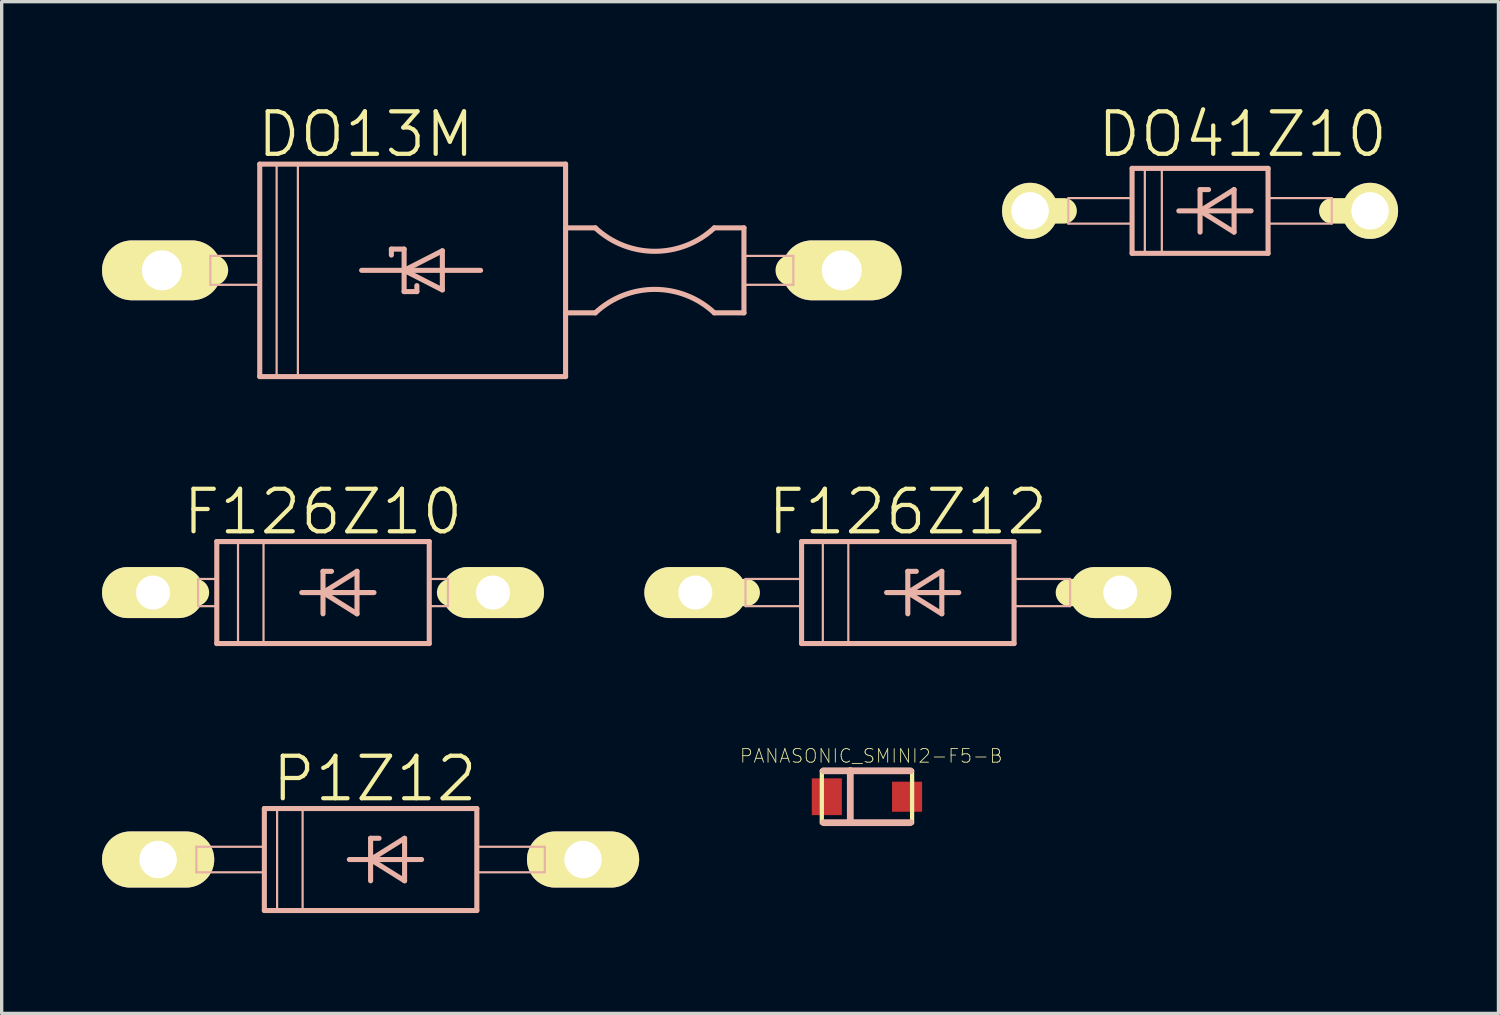
<source format=kicad_pcb>
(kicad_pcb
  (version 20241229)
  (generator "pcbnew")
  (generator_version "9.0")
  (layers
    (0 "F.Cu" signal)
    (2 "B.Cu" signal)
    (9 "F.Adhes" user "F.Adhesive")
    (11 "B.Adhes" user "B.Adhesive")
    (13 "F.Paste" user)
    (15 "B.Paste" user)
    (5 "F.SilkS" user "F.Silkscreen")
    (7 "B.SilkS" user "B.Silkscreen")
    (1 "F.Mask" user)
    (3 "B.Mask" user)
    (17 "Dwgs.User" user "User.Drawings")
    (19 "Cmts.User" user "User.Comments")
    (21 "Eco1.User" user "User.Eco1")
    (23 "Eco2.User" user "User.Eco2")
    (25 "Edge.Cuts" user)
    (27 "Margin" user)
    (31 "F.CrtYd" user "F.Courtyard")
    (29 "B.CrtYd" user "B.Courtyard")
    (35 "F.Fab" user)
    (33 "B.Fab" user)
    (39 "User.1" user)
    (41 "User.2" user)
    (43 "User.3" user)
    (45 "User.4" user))
  (footprint "F126Z10"
    (layer "F.Cu")
    (at 6.604 14.66)
    (property "Reference" "F126Z10" (at 0 -2.413 0) (layer "F.SilkS") (effects (font (size 1.27 1.27) (thickness 0.127))))
    (attr exclude_from_pos_files exclude_from_bom)
    (fp_line (start -5.08 0) (end -3.81 0) (stroke (width 0.813) (type solid)) (layer "F.SilkS"))
    (fp_line (start 5.08 0) (end 3.81 0) (stroke (width 0.813) (type solid)) (layer "F.SilkS"))
    (fp_line (start -3.734 -0.406) (end -3.175 -0.406) (stroke (width 0.066) (type solid)) (layer "B.SilkS"))
    (fp_line (start -3.734 0.406) (end -3.734 -0.406) (stroke (width 0.066) (type solid)) (layer "B.SilkS"))
    (fp_line (start -3.734 0.406) (end -3.175 0.406) (stroke (width 0.066) (type solid)) (layer "B.SilkS"))
    (fp_line (start -3.175 -1.524) (end -3.175 1.524) (stroke (width 0.152) (type solid)) (layer "B.SilkS"))
    (fp_line (start -3.175 0.406) (end -3.175 -0.406) (stroke (width 0.066) (type solid)) (layer "B.SilkS"))
    (fp_line (start -3.175 1.524) (end 3.175 1.524) (stroke (width 0.152) (type solid)) (layer "B.SilkS"))
    (fp_line (start -2.54 -1.524) (end -1.778 -1.524) (stroke (width 0.066) (type solid)) (layer "B.SilkS"))
    (fp_line (start -2.54 1.524) (end -2.54 -1.524) (stroke (width 0.066) (type solid)) (layer "B.SilkS"))
    (fp_line (start -2.54 1.524) (end -1.778 1.524) (stroke (width 0.066) (type solid)) (layer "B.SilkS"))
    (fp_line (start -1.778 1.524) (end -1.778 -1.524) (stroke (width 0.066) (type solid)) (layer "B.SilkS"))
    (fp_line (start -0.635 0) (end 0 0) (stroke (width 0.152) (type solid)) (layer "B.SilkS"))
    (fp_line (start 0 -0.635) (end 0 0) (stroke (width 0.152) (type solid)) (layer "B.SilkS"))
    (fp_line (start 0 0) (end 0 0.635) (stroke (width 0.152) (type solid)) (layer "B.SilkS"))
    (fp_line (start 0 0) (end 1.016 -0.635) (stroke (width 0.152) (type solid)) (layer "B.SilkS"))
    (fp_line (start 0 0) (end 1.524 0) (stroke (width 0.152) (type solid)) (layer "B.SilkS"))
    (fp_line (start 0.254 -0.635) (end 0 -0.635) (stroke (width 0.152) (type solid)) (layer "B.SilkS"))
    (fp_line (start 1.016 -0.635) (end 1.016 0.635) (stroke (width 0.152) (type solid)) (layer "B.SilkS"))
    (fp_line (start 1.016 0.635) (end 0 0) (stroke (width 0.152) (type solid)) (layer "B.SilkS"))
    (fp_line (start 3.175 -1.524) (end -3.175 -1.524) (stroke (width 0.152) (type solid)) (layer "B.SilkS"))
    (fp_line (start 3.175 -0.406) (end 3.734 -0.406) (stroke (width 0.066) (type solid)) (layer "B.SilkS"))
    (fp_line (start 3.175 0.406) (end 3.175 -0.406) (stroke (width 0.066) (type solid)) (layer "B.SilkS"))
    (fp_line (start 3.175 0.406) (end 3.734 0.406) (stroke (width 0.066) (type solid)) (layer "B.SilkS"))
    (fp_line (start 3.175 1.524) (end 3.175 -1.524) (stroke (width 0.152) (type solid)) (layer "B.SilkS"))
    (fp_line (start 3.734 0.406) (end 3.734 -0.406) (stroke (width 0.066) (type solid)) (layer "B.SilkS"))
    (pad "A" thru_hole oval (at 5.08 0 90) (size 1.524 3.048) (drill 1.016) (layers "*.Cu" "F.Mask" "F.SilkS" "F.Paste"))
    (pad "C" thru_hole oval (at -5.08 0 90) (size 1.524 3.048) (drill 1.016) (layers "*.Cu" "F.Mask" "F.SilkS" "F.Paste")))
  (footprint "P1Z12"
    (layer "F.Cu")
    (at 8.026 22.639)
    (property "Reference" "P1Z12" (at 0.127 -2.413 0) (layer "F.SilkS") (effects (font (size 1.27 1.27) (thickness 0.127))))
    (attr exclude_from_pos_files exclude_from_bom)
    (fp_line (start -6.35 0) (end -5.334 0) (stroke (width 0.762) (type solid)) (layer "F.SilkS"))
    (fp_line (start 6.35 0) (end 5.334 0) (stroke (width 0.762) (type solid)) (layer "F.SilkS"))
    (fp_line (start -5.207 -0.381) (end -3.175 -0.381) (stroke (width 0.066) (type solid)) (layer "B.SilkS"))
    (fp_line (start -5.207 0.381) (end -5.207 -0.381) (stroke (width 0.066) (type solid)) (layer "B.SilkS"))
    (fp_line (start -5.207 0.381) (end -3.175 0.381) (stroke (width 0.066) (type solid)) (layer "B.SilkS"))
    (fp_line (start -3.175 -1.524) (end -3.175 1.524) (stroke (width 0.152) (type solid)) (layer "B.SilkS"))
    (fp_line (start -3.175 0.381) (end -3.175 -0.381) (stroke (width 0.066) (type solid)) (layer "B.SilkS"))
    (fp_line (start -3.175 1.524) (end 3.175 1.524) (stroke (width 0.152) (type solid)) (layer "B.SilkS"))
    (fp_line (start -2.794 -1.524) (end -2.032 -1.524) (stroke (width 0.066) (type solid)) (layer "B.SilkS"))
    (fp_line (start -2.794 1.524) (end -2.794 -1.524) (stroke (width 0.066) (type solid)) (layer "B.SilkS"))
    (fp_line (start -2.794 1.524) (end -2.032 1.524) (stroke (width 0.066) (type solid)) (layer "B.SilkS"))
    (fp_line (start -2.032 1.524) (end -2.032 -1.524) (stroke (width 0.066) (type solid)) (layer "B.SilkS"))
    (fp_line (start -0.635 0) (end 0 0) (stroke (width 0.152) (type solid)) (layer "B.SilkS"))
    (fp_line (start 0 -0.635) (end 0 0) (stroke (width 0.152) (type solid)) (layer "B.SilkS"))
    (fp_line (start 0 0) (end 0 0.635) (stroke (width 0.152) (type solid)) (layer "B.SilkS"))
    (fp_line (start 0 0) (end 1.016 -0.635) (stroke (width 0.152) (type solid)) (layer "B.SilkS"))
    (fp_line (start 0 0) (end 1.524 0) (stroke (width 0.152) (type solid)) (layer "B.SilkS"))
    (fp_line (start 0.254 -0.635) (end 0 -0.635) (stroke (width 0.152) (type solid)) (layer "B.SilkS"))
    (fp_line (start 1.016 -0.635) (end 1.016 0.635) (stroke (width 0.152) (type solid)) (layer "B.SilkS"))
    (fp_line (start 1.016 0.635) (end 0 0) (stroke (width 0.152) (type solid)) (layer "B.SilkS"))
    (fp_line (start 3.175 -1.524) (end -3.175 -1.524) (stroke (width 0.152) (type solid)) (layer "B.SilkS"))
    (fp_line (start 3.175 -0.381) (end 5.207 -0.381) (stroke (width 0.066) (type solid)) (layer "B.SilkS"))
    (fp_line (start 3.175 0.381) (end 3.175 -0.381) (stroke (width 0.066) (type solid)) (layer "B.SilkS"))
    (fp_line (start 3.175 0.381) (end 5.207 0.381) (stroke (width 0.066) (type solid)) (layer "B.SilkS"))
    (fp_line (start 3.175 1.524) (end 3.175 -1.524) (stroke (width 0.152) (type solid)) (layer "B.SilkS"))
    (fp_line (start 5.207 0.381) (end 5.207 -0.381) (stroke (width 0.066) (type solid)) (layer "B.SilkS"))
    (pad "A" thru_hole oval (at 6.35 0 90) (size 1.676 3.353) (drill 1.118) (layers "*.Cu" "F.Mask" "F.SilkS" "F.Paste"))
    (pad "C" thru_hole oval (at -6.35 0 90) (size 1.676 3.353) (drill 1.118) (layers "*.Cu" "F.Mask" "F.SilkS" "F.Paste")))
  (footprint "F126Z12"
    (layer "F.Cu")
    (at 24.082 14.66)
    (property "Reference" "F126Z12" (at 0 -2.413 0) (layer "F.SilkS") (effects (font (size 1.27 1.27) (thickness 0.127))))
    (attr exclude_from_pos_files exclude_from_bom)
    (fp_line (start -6.35 0) (end -4.826 0) (stroke (width 0.813) (type solid)) (layer "F.SilkS"))
    (fp_line (start 6.35 0) (end 4.826 0) (stroke (width 0.813) (type solid)) (layer "F.SilkS"))
    (fp_line (start -4.851 -0.406) (end -3.175 -0.406) (stroke (width 0.066) (type solid)) (layer "B.SilkS"))
    (fp_line (start -4.851 0.406) (end -4.851 -0.406) (stroke (width 0.066) (type solid)) (layer "B.SilkS"))
    (fp_line (start -4.851 0.406) (end -3.175 0.406) (stroke (width 0.066) (type solid)) (layer "B.SilkS"))
    (fp_line (start -3.175 -1.524) (end -3.175 1.524) (stroke (width 0.152) (type solid)) (layer "B.SilkS"))
    (fp_line (start -3.175 0.406) (end -3.175 -0.406) (stroke (width 0.066) (type solid)) (layer "B.SilkS"))
    (fp_line (start -3.175 1.524) (end 3.175 1.524) (stroke (width 0.152) (type solid)) (layer "B.SilkS"))
    (fp_line (start -2.54 -1.524) (end -1.778 -1.524) (stroke (width 0.066) (type solid)) (layer "B.SilkS"))
    (fp_line (start -2.54 1.524) (end -2.54 -1.524) (stroke (width 0.066) (type solid)) (layer "B.SilkS"))
    (fp_line (start -2.54 1.524) (end -1.778 1.524) (stroke (width 0.066) (type solid)) (layer "B.SilkS"))
    (fp_line (start -1.778 1.524) (end -1.778 -1.524) (stroke (width 0.066) (type solid)) (layer "B.SilkS"))
    (fp_line (start -0.635 0) (end 0 0) (stroke (width 0.152) (type solid)) (layer "B.SilkS"))
    (fp_line (start 0 -0.635) (end 0 0) (stroke (width 0.152) (type solid)) (layer "B.SilkS"))
    (fp_line (start 0 0) (end 0 0.635) (stroke (width 0.152) (type solid)) (layer "B.SilkS"))
    (fp_line (start 0 0) (end 1.016 -0.635) (stroke (width 0.152) (type solid)) (layer "B.SilkS"))
    (fp_line (start 0 0) (end 1.524 0) (stroke (width 0.152) (type solid)) (layer "B.SilkS"))
    (fp_line (start 0.254 -0.635) (end 0 -0.635) (stroke (width 0.152) (type solid)) (layer "B.SilkS"))
    (fp_line (start 1.016 -0.635) (end 1.016 0.635) (stroke (width 0.152) (type solid)) (layer "B.SilkS"))
    (fp_line (start 1.016 0.635) (end 0 0) (stroke (width 0.152) (type solid)) (layer "B.SilkS"))
    (fp_line (start 3.175 -1.524) (end -3.175 -1.524) (stroke (width 0.152) (type solid)) (layer "B.SilkS"))
    (fp_line (start 3.175 -0.406) (end 4.851 -0.406) (stroke (width 0.066) (type solid)) (layer "B.SilkS"))
    (fp_line (start 3.175 0.406) (end 3.175 -0.406) (stroke (width 0.066) (type solid)) (layer "B.SilkS"))
    (fp_line (start 3.175 0.406) (end 4.851 0.406) (stroke (width 0.066) (type solid)) (layer "B.SilkS"))
    (fp_line (start 3.175 1.524) (end 3.175 -1.524) (stroke (width 0.152) (type solid)) (layer "B.SilkS"))
    (fp_line (start 4.851 0.406) (end 4.851 -0.406) (stroke (width 0.066) (type solid)) (layer "B.SilkS"))
    (pad "A" thru_hole oval (at 6.35 0 90) (size 1.524 3.048) (drill 1.016) (layers "*.Cu" "F.Mask" "F.SilkS" "F.Paste"))
    (pad "C" thru_hole oval (at -6.35 0 90) (size 1.524 3.048) (drill 1.016) (layers "*.Cu" "F.Mask" "F.SilkS" "F.Paste")))
  (footprint "DO41Z10"
    (layer "F.Cu")
    (at 32.817 3.252)
    (property "Reference" "DO41Z10" (at 1.27 -2.286 0) (layer "F.SilkS") (effects (font (size 1.27 1.27) (thickness 0.127))))
    (attr exclude_from_pos_files exclude_from_bom)
    (fp_line (start -5.08 0) (end -4.064 0) (stroke (width 0.762) (type solid)) (layer "F.SilkS"))
    (fp_line (start 5.08 0) (end 3.937 0) (stroke (width 0.762) (type solid)) (layer "F.SilkS"))
    (fp_line (start -3.937 -0.381) (end -2.032 -0.381) (stroke (width 0.066) (type solid)) (layer "B.SilkS"))
    (fp_line (start -3.937 0.381) (end -3.937 -0.381) (stroke (width 0.066) (type solid)) (layer "B.SilkS"))
    (fp_line (start -3.937 0.381) (end -2.032 0.381) (stroke (width 0.066) (type solid)) (layer "B.SilkS"))
    (fp_line (start -2.032 -1.27) (end -2.032 1.27) (stroke (width 0.152) (type solid)) (layer "B.SilkS"))
    (fp_line (start -2.032 -1.27) (end 2.032 -1.27) (stroke (width 0.152) (type solid)) (layer "B.SilkS"))
    (fp_line (start -2.032 0.381) (end -2.032 -0.381) (stroke (width 0.066) (type solid)) (layer "B.SilkS"))
    (fp_line (start -1.651 -1.27) (end -1.143 -1.27) (stroke (width 0.066) (type solid)) (layer "B.SilkS"))
    (fp_line (start -1.651 1.27) (end -1.651 -1.27) (stroke (width 0.066) (type solid)) (layer "B.SilkS"))
    (fp_line (start -1.651 1.27) (end -1.143 1.27) (stroke (width 0.066) (type solid)) (layer "B.SilkS"))
    (fp_line (start -1.143 1.27) (end -1.143 -1.27) (stroke (width 0.066) (type solid)) (layer "B.SilkS"))
    (fp_line (start -0.635 0) (end 0 0) (stroke (width 0.152) (type solid)) (layer "B.SilkS"))
    (fp_line (start 0 -0.635) (end 0 0) (stroke (width 0.152) (type solid)) (layer "B.SilkS"))
    (fp_line (start 0 0) (end 0 0.635) (stroke (width 0.152) (type solid)) (layer "B.SilkS"))
    (fp_line (start 0 0) (end 1.016 -0.635) (stroke (width 0.152) (type solid)) (layer "B.SilkS"))
    (fp_line (start 0 0) (end 1.524 0) (stroke (width 0.152) (type solid)) (layer "B.SilkS"))
    (fp_line (start 0.254 -0.635) (end 0 -0.635) (stroke (width 0.152) (type solid)) (layer "B.SilkS"))
    (fp_line (start 1.016 -0.635) (end 1.016 0.635) (stroke (width 0.152) (type solid)) (layer "B.SilkS"))
    (fp_line (start 1.016 0.635) (end 0 0) (stroke (width 0.152) (type solid)) (layer "B.SilkS"))
    (fp_line (start 2.032 -0.381) (end 3.937 -0.381) (stroke (width 0.066) (type solid)) (layer "B.SilkS"))
    (fp_line (start 2.032 0.381) (end 2.032 -0.381) (stroke (width 0.066) (type solid)) (layer "B.SilkS"))
    (fp_line (start 2.032 0.381) (end 3.937 0.381) (stroke (width 0.066) (type solid)) (layer "B.SilkS"))
    (fp_line (start 2.032 1.27) (end -2.032 1.27) (stroke (width 0.152) (type solid)) (layer "B.SilkS"))
    (fp_line (start 2.032 1.27) (end 2.032 -1.27) (stroke (width 0.152) (type solid)) (layer "B.SilkS"))
    (fp_line (start 3.937 0.381) (end 3.937 -0.381) (stroke (width 0.066) (type solid)) (layer "B.SilkS"))
    (pad "A" thru_hole circle (at 5.08 0) (size 1.676 1.676) (drill 1.118) (layers "*.Cu" "F.Mask" "F.SilkS" "F.Paste"))
    (pad "C" thru_hole circle (at -5.08 0) (size 1.676 1.676) (drill 1.118) (layers "*.Cu" "F.Mask" "F.SilkS" "F.Paste")))
  (footprint "PANASONIC_SMINI2-F5-B"
    (layer "F.Cu")
    (at 22.861 20.762)
    (property "Reference" "PANASONIC_SMINI2-F5-B" (at 0.127 -1.219 0) (layer "F.SilkS") (effects (font (size 0.406 0.406) (thickness 0.025))))
    (attr smd)
    (fp_line (start -1.349 -0.775) (end 1.349 -0.775) (stroke (width 0.127) (type solid)) (layer "F.SilkS"))
    (fp_line (start -1.349 0.775) (end -1.349 -0.775) (stroke (width 0.127) (type solid)) (layer "F.SilkS"))
    (fp_line (start 1.349 -0.775) (end 1.349 0.775) (stroke (width 0.127) (type solid)) (layer "F.SilkS"))
    (fp_line (start 1.349 0.775) (end -1.349 0.775) (stroke (width 0.127) (type solid)) (layer "F.SilkS"))
    (fp_line (start -1.298 -0.775) (end -0.498 -0.775) (stroke (width 0.203) (type solid)) (layer "B.SilkS"))
    (fp_line (start -1.298 0.775) (end -0.498 0.775) (stroke (width 0.203) (type solid)) (layer "B.SilkS"))
    (fp_line (start -0.498 -0.775) (end -0.498 0.775) (stroke (width 0.203) (type solid)) (layer "B.SilkS"))
    (fp_line (start -0.498 -0.775) (end 1.298 -0.775) (stroke (width 0.203) (type solid)) (layer "B.SilkS"))
    (fp_line (start -0.498 0.775) (end 1.298 0.775) (stroke (width 0.203) (type solid)) (layer "B.SilkS"))
    (pad "A" smd rect (at 1.199 0) (size 0.899 0.899) (layers "F.Cu" "F.Mask" "F.Paste"))
    (pad "C" smd rect (at -1.199 0) (size 0.899 1.1) (layers "F.Cu" "F.Mask" "F.Paste")))
  (footprint "DO13M"
    (layer "F.Cu")
    (at 11.949 5.03)
    (property "Reference" "DO13M" (at -4.064 -4.064 0) (layer "F.SilkS") (effects (font (size 1.27 1.27) (thickness 0.127))))
    (attr exclude_from_pos_files exclude_from_bom)
    (fp_line (start -8.636 0) (end -10.16 0) (stroke (width 0.914) (type solid)) (layer "F.SilkS"))
    (fp_line (start 10.16 0) (end 8.636 0) (stroke (width 0.914) (type solid)) (layer "F.SilkS"))
    (fp_line (start -8.712 -0.432) (end -7.236 -0.432) (stroke (width 0.066) (type solid)) (layer "B.SilkS"))
    (fp_line (start -8.712 0.432) (end -8.712 -0.432) (stroke (width 0.066) (type solid)) (layer "B.SilkS"))
    (fp_line (start -8.712 0.432) (end -7.236 0.432) (stroke (width 0.066) (type solid)) (layer "B.SilkS"))
    (fp_line (start -7.236 -3.175) (end -7.236 3.175) (stroke (width 0.152) (type solid)) (layer "B.SilkS"))
    (fp_line (start -7.236 0.432) (end -7.236 -0.432) (stroke (width 0.066) (type solid)) (layer "B.SilkS"))
    (fp_line (start -7.236 3.175) (end 1.905 3.175) (stroke (width 0.152) (type solid)) (layer "B.SilkS"))
    (fp_line (start -6.731 -3.175) (end -6.096 -3.175) (stroke (width 0.066) (type solid)) (layer "B.SilkS"))
    (fp_line (start -6.731 3.175) (end -6.731 -3.175) (stroke (width 0.066) (type solid)) (layer "B.SilkS"))
    (fp_line (start -6.731 3.175) (end -6.096 3.175) (stroke (width 0.066) (type solid)) (layer "B.SilkS"))
    (fp_line (start -6.096 3.175) (end -6.096 -3.175) (stroke (width 0.066) (type solid)) (layer "B.SilkS"))
    (fp_line (start -4.191 0) (end -2.921 0) (stroke (width 0.152) (type solid)) (layer "B.SilkS"))
    (fp_line (start -3.302 -0.635) (end -2.921 -0.635) (stroke (width 0.152) (type solid)) (layer "B.SilkS"))
    (fp_line (start -3.302 -0.457) (end -3.302 -0.635) (stroke (width 0.152) (type solid)) (layer "B.SilkS"))
    (fp_line (start -2.921 -0.635) (end -2.921 0) (stroke (width 0.152) (type solid)) (layer "B.SilkS"))
    (fp_line (start -2.921 0) (end -1.778 -0.584) (stroke (width 0.152) (type solid)) (layer "B.SilkS"))
    (fp_line (start -2.921 0) (end -0.635 0) (stroke (width 0.152) (type solid)) (layer "B.SilkS"))
    (fp_line (start -2.921 0.635) (end -2.921 0) (stroke (width 0.152) (type solid)) (layer "B.SilkS"))
    (fp_line (start -2.54 0.457) (end -2.54 0.635) (stroke (width 0.152) (type solid)) (layer "B.SilkS"))
    (fp_line (start -2.54 0.635) (end -2.921 0.635) (stroke (width 0.152) (type solid)) (layer "B.SilkS"))
    (fp_line (start -1.778 -0.584) (end -1.778 0.584) (stroke (width 0.152) (type solid)) (layer "B.SilkS"))
    (fp_line (start -1.778 0.584) (end -2.921 0) (stroke (width 0.152) (type solid)) (layer "B.SilkS"))
    (fp_line (start 1.905 -3.175) (end -7.236 -3.175) (stroke (width 0.152) (type solid)) (layer "B.SilkS"))
    (fp_line (start 1.905 -1.27) (end 1.905 -3.175) (stroke (width 0.152) (type solid)) (layer "B.SilkS"))
    (fp_line (start 1.905 1.27) (end 1.905 -1.27) (stroke (width 0.152) (type solid)) (layer "B.SilkS"))
    (fp_line (start 1.905 1.27) (end 2.794 1.27) (stroke (width 0.152) (type solid)) (layer "B.SilkS"))
    (fp_line (start 1.905 3.175) (end 1.905 1.27) (stroke (width 0.152) (type solid)) (layer "B.SilkS"))
    (fp_line (start 2.794 -1.27) (end 1.905 -1.27) (stroke (width 0.152) (type solid)) (layer "B.SilkS"))
    (fp_line (start 6.35 1.27) (end 7.236 1.27) (stroke (width 0.152) (type solid)) (layer "B.SilkS"))
    (fp_line (start 7.236 -1.27) (end 6.35 -1.27) (stroke (width 0.152) (type solid)) (layer "B.SilkS"))
    (fp_line (start 7.236 -0.432) (end 8.712 -0.432) (stroke (width 0.066) (type solid)) (layer "B.SilkS"))
    (fp_line (start 7.236 0.432) (end 7.236 -0.432) (stroke (width 0.066) (type solid)) (layer "B.SilkS"))
    (fp_line (start 7.236 0.432) (end 8.712 0.432) (stroke (width 0.066) (type solid)) (layer "B.SilkS"))
    (fp_line (start 7.236 1.27) (end 7.236 -1.27) (stroke (width 0.152) (type solid)) (layer "B.SilkS"))
    (fp_line (start 8.712 0.432) (end 8.712 -0.432) (stroke (width 0.066) (type solid)) (layer "B.SilkS"))
    (fp_arc (start 2.794 1.27) (mid 4.57086 0.569178) (end 6.348333 1.268445) (stroke (width 0.1524) (type solid)) (layer "B.SilkS"))
    (fp_arc (start 6.35 -1.27) (mid 4.57314 -0.569178) (end 2.795667 -1.268445) (stroke (width 0.1524) (type solid)) (layer "B.SilkS"))
    (pad "A" thru_hole oval (at 10.16 0 90) (size 1.788 3.579) (drill 1.194) (layers "*.Cu" "F.Mask" "F.SilkS" "F.Paste"))
    (pad "C" thru_hole oval (at -10.16 0 90) (size 1.788 3.579) (drill 1.194) (layers "*.Cu" "F.Mask" "F.SilkS" "F.Paste")))
  (gr_rect
    (start -3 -3)
    (end 41.735 27.239)
    (stroke (width 0.1) (type default))
    (fill no)
    (layer "Edge.Cuts")))
</source>
